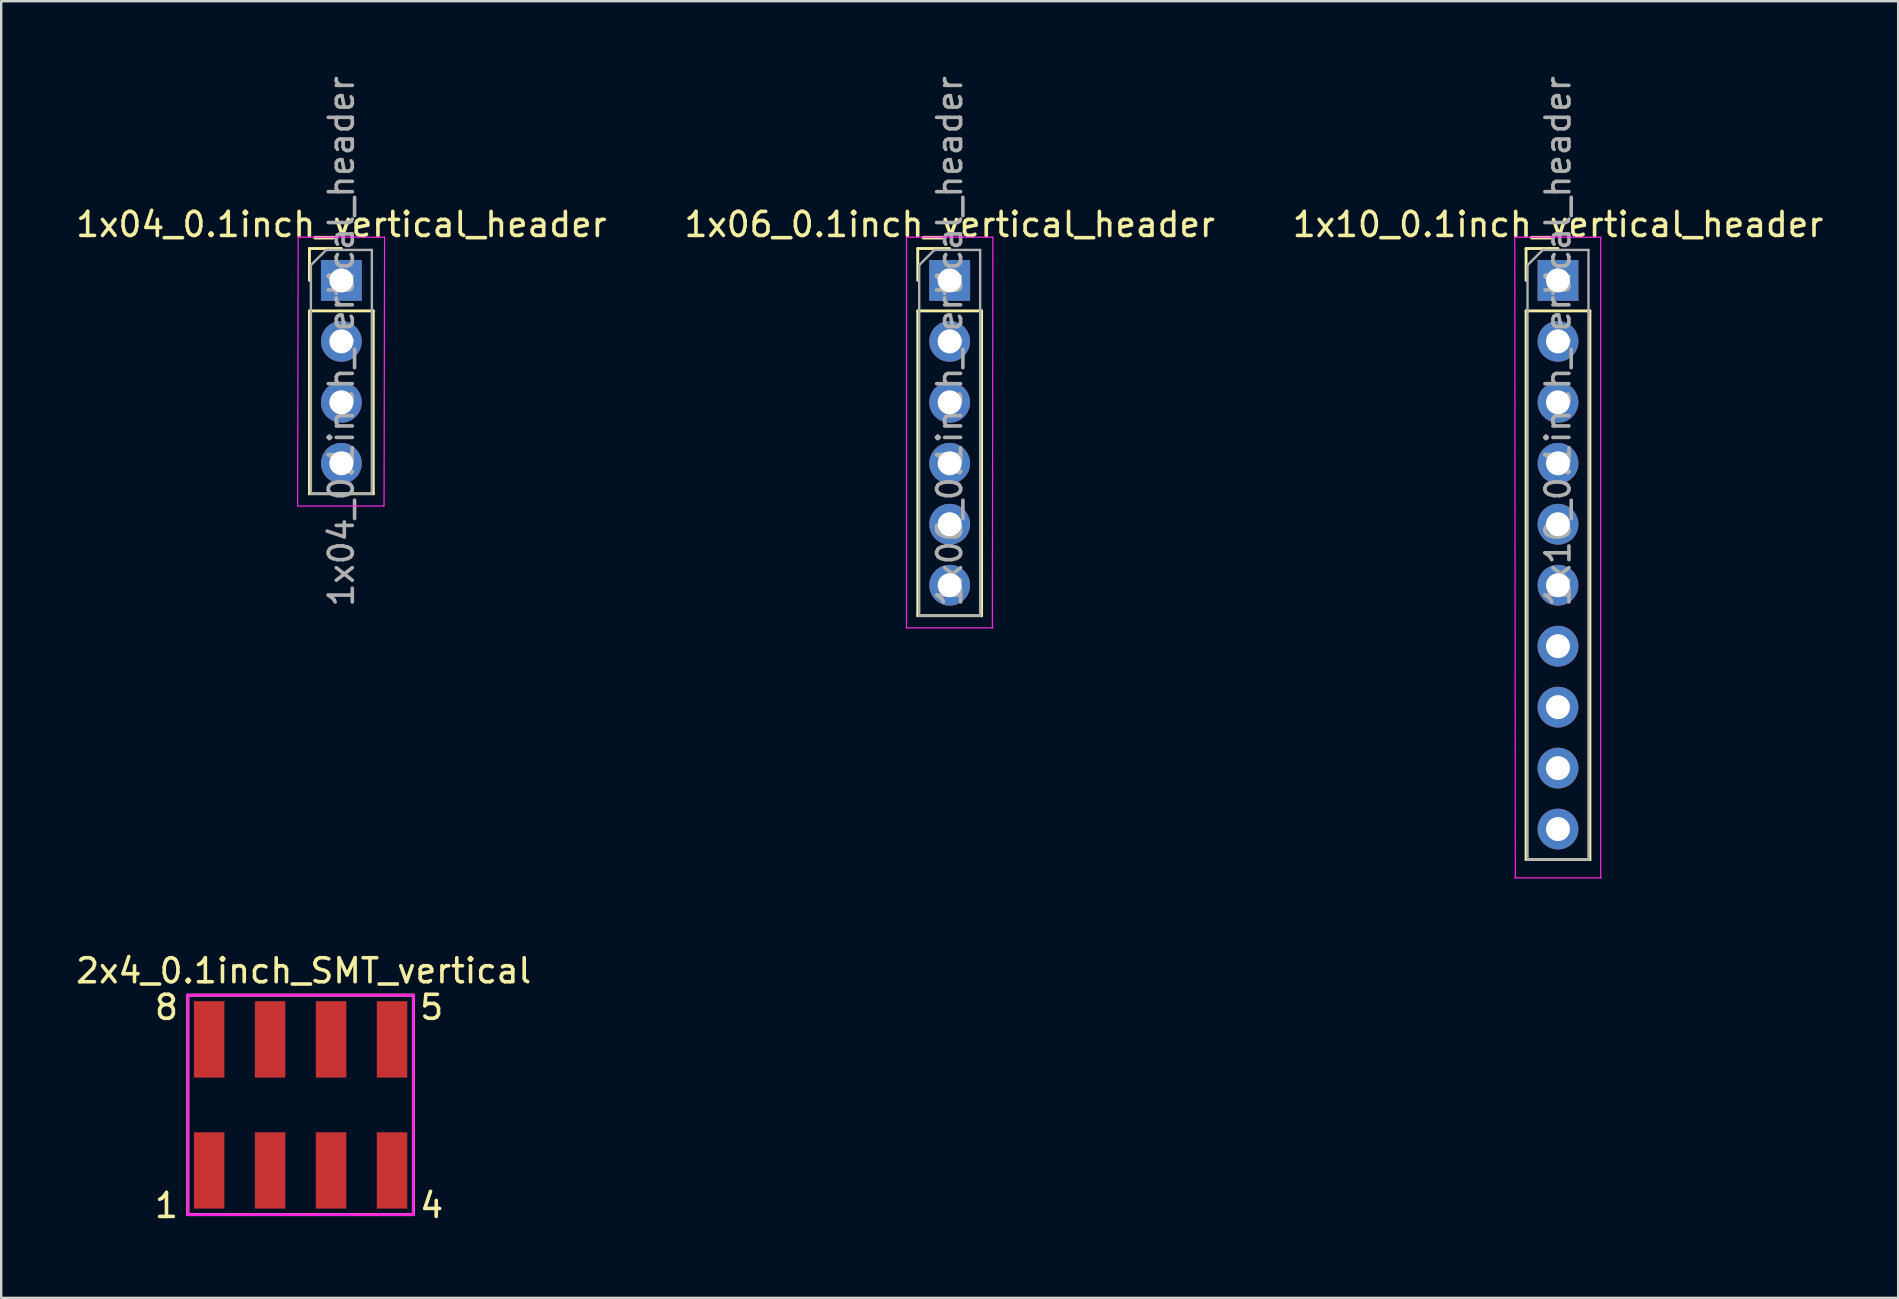
<source format=kicad_pcb>
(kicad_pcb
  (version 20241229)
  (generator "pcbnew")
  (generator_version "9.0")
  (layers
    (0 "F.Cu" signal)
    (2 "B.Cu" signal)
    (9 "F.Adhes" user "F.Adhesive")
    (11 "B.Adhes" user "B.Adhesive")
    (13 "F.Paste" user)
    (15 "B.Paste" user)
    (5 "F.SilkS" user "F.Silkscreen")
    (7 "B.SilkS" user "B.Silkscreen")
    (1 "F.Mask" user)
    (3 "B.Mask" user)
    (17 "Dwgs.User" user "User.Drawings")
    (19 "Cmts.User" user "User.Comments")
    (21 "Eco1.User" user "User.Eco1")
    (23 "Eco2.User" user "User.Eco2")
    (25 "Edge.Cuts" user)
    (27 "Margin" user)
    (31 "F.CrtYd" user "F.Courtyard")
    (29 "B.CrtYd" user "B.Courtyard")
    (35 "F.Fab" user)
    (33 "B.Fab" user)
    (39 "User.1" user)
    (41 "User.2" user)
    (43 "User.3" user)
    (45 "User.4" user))
  (footprint "1x06_0.1inch_vertical_header"
    (layer "F.Cu")
    (at 36.518 8.633)
    (property "Reference" "1x06_0.1inch_vertical_header" (at 0 -2.33 0) (layer "F.SilkS") (effects (font (size 1 1) (thickness 0.15))))
    (attr through_hole)
    (fp_line (start -1.33 -1.33) (end 0 -1.33) (stroke (width 0.12) (type solid)) (layer "F.SilkS"))
    (fp_line (start -1.33 0) (end -1.33 -1.33) (stroke (width 0.12) (type solid)) (layer "F.SilkS"))
    (fp_line (start -1.33 1.27) (end -1.33 13.97) (stroke (width 0.12) (type solid)) (layer "F.SilkS"))
    (fp_line (start -1.33 1.27) (end 1.33 1.27) (stroke (width 0.12) (type solid)) (layer "F.SilkS"))
    (fp_line (start -1.33 13.97) (end 1.33 13.97) (stroke (width 0.12) (type solid)) (layer "F.SilkS"))
    (fp_line (start 1.33 1.27) (end 1.33 13.97) (stroke (width 0.12) (type solid)) (layer "F.SilkS"))
    (fp_line (start -1.8 -1.8) (end -1.8 14.478) (stroke (width 0.05) (type solid)) (layer "F.CrtYd"))
    (fp_line (start -1.8 14.478) (end 1.8 14.478) (stroke (width 0.05) (type solid)) (layer "F.CrtYd"))
    (fp_line (start 1.778 14.478) (end 1.8 -1.8) (stroke (width 0.05) (type solid)) (layer "F.CrtYd"))
    (fp_line (start 1.8 -1.8) (end -1.8 -1.8) (stroke (width 0.05) (type solid)) (layer "F.CrtYd"))
    (fp_line (start -1.27 -0.635) (end -0.635 -1.27) (stroke (width 0.1) (type solid)) (layer "F.Fab"))
    (fp_line (start -1.27 13.97) (end -1.27 -0.635) (stroke (width 0.1) (type solid)) (layer "F.Fab"))
    (fp_line (start -0.635 -1.27) (end 1.27 -1.27) (stroke (width 0.1) (type solid)) (layer "F.Fab"))
    (fp_line (start 1.27 -1.27) (end 1.27 13.97) (stroke (width 0.1) (type solid)) (layer "F.Fab"))
    (fp_line (start 1.27 13.97) (end -1.27 13.97) (stroke (width 0.1) (type solid)) (layer "F.Fab"))
    (fp_text user "${REFERENCE}" (at 0 2.54 90) (layer "F.Fab") (effects (font (size 1 1) (thickness 0.15))))
    (pad "1" thru_hole rect (at 0 0) (size 1.7 1.7) (drill 1) (layers "*.Cu" "*.Mask"))
    (pad "2" thru_hole oval (at 0 2.54) (size 1.7 1.7) (drill 1) (layers "*.Cu" "*.Mask"))
    (pad "3" thru_hole oval (at 0 5.08) (size 1.7 1.7) (drill 1) (layers "*.Cu" "*.Mask"))
    (pad "4" thru_hole oval (at 0 7.62) (size 1.7 1.7) (drill 1) (layers "*.Cu" "*.Mask"))
    (pad "5" thru_hole oval (at 0 10.16) (size 1.7 1.7) (drill 1) (layers "*.Cu" "*.Mask"))
    (pad "6" thru_hole oval (at 0 12.7) (size 1.7 1.7) (drill 1) (layers "*.Cu" "*.Mask")))
  (footprint "1x04_0.1inch_vertical_header"
    (layer "F.Cu")
    (at 11.173 8.633)
    (property "Reference" "1x04_0.1inch_vertical_header" (at 0 -2.33 0) (layer "F.SilkS") (effects (font (size 1 1) (thickness 0.15))))
    (attr through_hole)
    (fp_line (start -1.33 -1.33) (end 0 -1.33) (stroke (width 0.12) (type solid)) (layer "F.SilkS"))
    (fp_line (start -1.33 0) (end -1.33 -1.33) (stroke (width 0.12) (type solid)) (layer "F.SilkS"))
    (fp_line (start -1.33 1.27) (end -1.33 8.89) (stroke (width 0.12) (type solid)) (layer "F.SilkS"))
    (fp_line (start -1.33 1.27) (end 1.33 1.27) (stroke (width 0.12) (type solid)) (layer "F.SilkS"))
    (fp_line (start -1.33 8.89) (end 1.33 8.89) (stroke (width 0.12) (type solid)) (layer "F.SilkS"))
    (fp_line (start 1.33 1.27) (end 1.33 8.89) (stroke (width 0.12) (type solid)) (layer "F.SilkS"))
    (fp_line (start -1.822 9.398) (end 1.778 9.398) (stroke (width 0.05) (type solid)) (layer "F.CrtYd"))
    (fp_line (start -1.8 -1.8) (end -1.822 9.398) (stroke (width 0.05) (type solid)) (layer "F.CrtYd"))
    (fp_line (start 1.778 9.398) (end 1.8 -1.8) (stroke (width 0.05) (type solid)) (layer "F.CrtYd"))
    (fp_line (start 1.8 -1.8) (end -1.8 -1.8) (stroke (width 0.05) (type solid)) (layer "F.CrtYd"))
    (fp_line (start -1.27 -0.635) (end -0.635 -1.27) (stroke (width 0.1) (type solid)) (layer "F.Fab"))
    (fp_line (start -1.27 8.89) (end -1.27 -0.635) (stroke (width 0.1) (type solid)) (layer "F.Fab"))
    (fp_line (start -0.635 -1.27) (end 1.27 -1.27) (stroke (width 0.1) (type solid)) (layer "F.Fab"))
    (fp_line (start 1.27 -1.27) (end 1.27 8.89) (stroke (width 0.1) (type solid)) (layer "F.Fab"))
    (fp_line (start 1.27 8.89) (end -1.27 8.89) (stroke (width 0.1) (type solid)) (layer "F.Fab"))
    (fp_text user "${REFERENCE}" (at 0 2.54 90) (layer "F.Fab") (effects (font (size 1 1) (thickness 0.15))))
    (pad "1" thru_hole rect (at 0 0) (size 1.7 1.7) (drill 1) (layers "*.Cu" "*.Mask"))
    (pad "2" thru_hole oval (at 0 2.54) (size 1.7 1.7) (drill 1) (layers "*.Cu" "*.Mask"))
    (pad "3" thru_hole oval (at 0 5.08) (size 1.7 1.7) (drill 1) (layers "*.Cu" "*.Mask"))
    (pad "4" thru_hole oval (at 0 7.62) (size 1.7 1.7) (drill 1) (layers "*.Cu" "*.Mask")))
  (footprint "1x10_0.1inch_vertical_header"
    (layer "F.Cu")
    (at 61.863 8.633)
    (property "Reference" "1x10_0.1inch_vertical_header" (at 0 -2.33 0) (layer "F.SilkS") (effects (font (size 1 1) (thickness 0.15))))
    (attr through_hole)
    (fp_line (start -1.33 -1.33) (end 0 -1.33) (stroke (width 0.12) (type solid)) (layer "F.SilkS"))
    (fp_line (start -1.33 0) (end -1.33 -1.33) (stroke (width 0.12) (type solid)) (layer "F.SilkS"))
    (fp_line (start -1.33 1.27) (end -1.33 24.13) (stroke (width 0.12) (type solid)) (layer "F.SilkS"))
    (fp_line (start -1.33 1.27) (end 1.33 1.27) (stroke (width 0.12) (type solid)) (layer "F.SilkS"))
    (fp_line (start -1.33 24.13) (end 1.33 24.13) (stroke (width 0.12) (type solid)) (layer "F.SilkS"))
    (fp_line (start 1.33 1.27) (end 1.33 24.13) (stroke (width 0.12) (type solid)) (layer "F.SilkS"))
    (fp_line (start -1.8 -1.8) (end -1.778 24.892) (stroke (width 0.05) (type solid)) (layer "F.CrtYd"))
    (fp_line (start -1.8 24.892) (end 1.8 24.892) (stroke (width 0.05) (type solid)) (layer "F.CrtYd"))
    (fp_line (start 1.778 24.892) (end 1.778 -1.778) (stroke (width 0.05) (type solid)) (layer "F.CrtYd"))
    (fp_line (start 1.8 -1.8) (end -1.8 -1.8) (stroke (width 0.05) (type solid)) (layer "F.CrtYd"))
    (fp_line (start -1.27 -0.635) (end -0.635 -1.27) (stroke (width 0.1) (type solid)) (layer "F.Fab"))
    (fp_line (start -1.27 24.13) (end -1.27 -0.635) (stroke (width 0.1) (type solid)) (layer "F.Fab"))
    (fp_line (start -0.635 -1.27) (end 1.27 -1.27) (stroke (width 0.1) (type solid)) (layer "F.Fab"))
    (fp_line (start 1.27 -1.27) (end 1.27 24.13) (stroke (width 0.1) (type solid)) (layer "F.Fab"))
    (fp_line (start 1.27 24.13) (end -1.27 24.13) (stroke (width 0.1) (type solid)) (layer "F.Fab"))
    (fp_text user "${REFERENCE}" (at 0 2.54 90) (layer "F.Fab") (effects (font (size 1 1) (thickness 0.15))))
    (pad "1" thru_hole rect (at 0 0) (size 1.7 1.7) (drill 1) (layers "*.Cu" "*.Mask"))
    (pad "2" thru_hole oval (at 0 2.54) (size 1.7 1.7) (drill 1) (layers "*.Cu" "*.Mask"))
    (pad "3" thru_hole oval (at 0 5.08) (size 1.7 1.7) (drill 1) (layers "*.Cu" "*.Mask"))
    (pad "4" thru_hole oval (at 0 7.62) (size 1.7 1.7) (drill 1) (layers "*.Cu" "*.Mask"))
    (pad "5" thru_hole oval (at 0 10.16) (size 1.7 1.7) (drill 1) (layers "*.Cu" "*.Mask"))
    (pad "6" thru_hole oval (at 0 12.7) (size 1.7 1.7) (drill 1) (layers "*.Cu" "*.Mask"))
    (pad "7" thru_hole oval (at 0 15.24) (size 1.7 1.7) (drill 1) (layers "*.Cu" "*.Mask"))
    (pad "8" thru_hole oval (at 0 17.78) (size 1.7 1.7) (drill 1) (layers "*.Cu" "*.Mask"))
    (pad "9" thru_hole oval (at 0 20.32) (size 1.7 1.7) (drill 1) (layers "*.Cu" "*.Mask"))
    (pad "10" thru_hole oval (at 0 22.86) (size 1.7 1.7) (drill 1) (layers "*.Cu" "*.Mask")))
  (footprint "2x4_0.1inch_SMT_vertical"
    (layer "F.Cu")
    (at 9.474 42.986)
    (property "Reference" "2x4_0.1inch_SMT_vertical" (at 0.127 -5.588 0) (layer "F.SilkS") (effects (font (size 1 1) (thickness 0.15))))
    (attr through_hole)
    (fp_line (start -4.699 -4.572) (end 4.699 -4.572) (stroke (width 0.12) (type solid)) (layer "F.SilkS"))
    (fp_line (start -4.699 4.572) (end -4.699 -4.572) (stroke (width 0.12) (type solid)) (layer "F.SilkS"))
    (fp_line (start 4.699 -4.572) (end 4.699 4.572) (stroke (width 0.12) (type solid)) (layer "F.SilkS"))
    (fp_line (start 4.699 4.572) (end -4.699 4.572) (stroke (width 0.12) (type solid)) (layer "F.SilkS"))
    (fp_line (start -4.699 -4.572) (end 4.699 -4.572) (stroke (width 0.12) (type solid)) (layer "F.CrtYd"))
    (fp_line (start -4.699 4.572) (end -4.699 -4.572) (stroke (width 0.12) (type solid)) (layer "F.CrtYd"))
    (fp_line (start 4.699 -4.572) (end 4.699 4.572) (stroke (width 0.12) (type solid)) (layer "F.CrtYd"))
    (fp_line (start 4.699 4.572) (end -4.699 4.572) (stroke (width 0.12) (type solid)) (layer "F.CrtYd"))
    (fp_text user "5" (at 5.461 -4.064 0) (layer "F.SilkS") (effects (font (size 1 1) (thickness 0.15))))
    (fp_text user "8" (at -5.588 -4.064 0) (layer "F.SilkS") (effects (font (size 1 1) (thickness 0.15))))
    (fp_text user "1" (at -5.588 4.191 0) (layer "F.SilkS") (effects (font (size 1 1) (thickness 0.15))))
    (fp_text user "4" (at 5.461 4.191 0) (layer "F.SilkS") (effects (font (size 1 1) (thickness 0.15))))
    (pad "1" smd rect (at -3.81 2.73 180) (size 1.27 3.18) (layers "F.Cu" "F.Mask" "F.Paste"))
    (pad "2" smd rect (at -1.27 2.73 180) (size 1.27 3.18) (layers "F.Cu" "F.Mask" "F.Paste"))
    (pad "3" smd rect (at 1.27 2.73 180) (size 1.27 3.18) (layers "F.Cu" "F.Mask" "F.Paste"))
    (pad "4" smd rect (at 3.81 2.73 180) (size 1.27 3.18) (layers "F.Cu" "F.Mask" "F.Paste"))
    (pad "5" smd rect (at 3.81 -2.73 180) (size 1.27 3.18) (layers "F.Cu" "F.Mask" "F.Paste"))
    (pad "6" smd rect (at 1.27 -2.73 180) (size 1.27 3.18) (layers "F.Cu" "F.Mask" "F.Paste"))
    (pad "7" smd rect (at -1.27 -2.73 180) (size 1.27 3.18) (layers "F.Cu" "F.Mask" "F.Paste"))
    (pad "8" smd rect (at -3.81 -2.73 180) (size 1.27 3.18) (layers "F.Cu" "F.Mask" "F.Paste")))
  (gr_rect
    (start -3 -3)
    (end 76.036 51.025)
    (stroke (width 0.1) (type default))
    (fill no)
    (layer "Edge.Cuts")))
</source>
